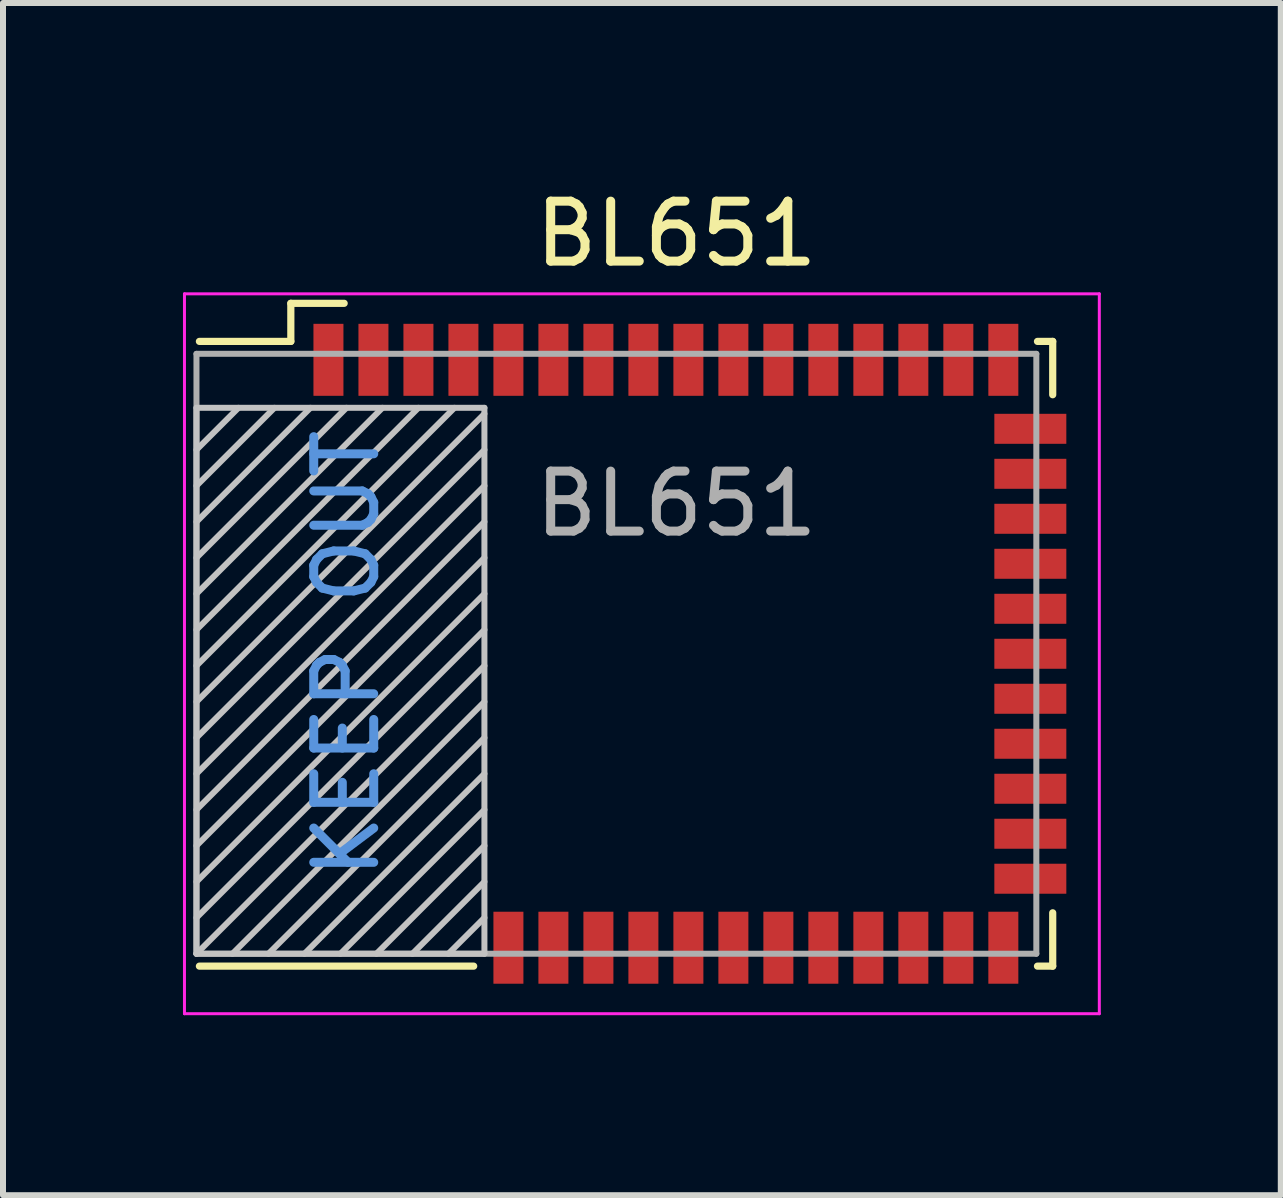
<source format=kicad_pcb>
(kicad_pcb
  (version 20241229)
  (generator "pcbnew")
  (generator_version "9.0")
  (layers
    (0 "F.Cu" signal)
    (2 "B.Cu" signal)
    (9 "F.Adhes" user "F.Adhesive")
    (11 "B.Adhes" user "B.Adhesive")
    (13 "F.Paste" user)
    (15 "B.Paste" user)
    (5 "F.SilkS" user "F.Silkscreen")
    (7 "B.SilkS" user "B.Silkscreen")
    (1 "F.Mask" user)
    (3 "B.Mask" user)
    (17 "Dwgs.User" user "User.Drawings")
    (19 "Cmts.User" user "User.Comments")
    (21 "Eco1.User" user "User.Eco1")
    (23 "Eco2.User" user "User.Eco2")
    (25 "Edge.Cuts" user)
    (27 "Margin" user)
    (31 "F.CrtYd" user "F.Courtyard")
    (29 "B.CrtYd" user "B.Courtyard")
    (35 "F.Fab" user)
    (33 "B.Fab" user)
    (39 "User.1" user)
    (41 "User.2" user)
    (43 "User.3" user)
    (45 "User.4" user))
  (footprint "BL651"
    (layer "F.Cu")
    (at 8.225 7.848)
    (property "Reference" "BL651" (at 0 -7 0) (layer "F.SilkS") (effects (font (size 1 1) (thickness 0.15))))
    (attr smd)
    (fp_line (start -7.951 -5.207) (end -6.427 -5.207) (stroke (width 0.12) (type solid)) (layer "F.SilkS"))
    (fp_line (start -6.427 -5.842) (end -5.538 -5.842) (stroke (width 0.12) (type solid)) (layer "F.SilkS"))
    (fp_line (start -6.427 -5.207) (end -6.427 -5.842) (stroke (width 0.12) (type solid)) (layer "F.SilkS"))
    (fp_line (start -3.379 5.207) (end -7.951 5.207) (stroke (width 0.12) (type solid)) (layer "F.SilkS"))
    (fp_line (start 6.019 -5.207) (end 6.273 -5.207) (stroke (width 0.12) (type solid)) (layer "F.SilkS"))
    (fp_line (start 6.273 -5.207) (end 6.273 -4.318) (stroke (width 0.12) (type solid)) (layer "F.SilkS"))
    (fp_line (start 6.273 5.207) (end 6.019 5.207) (stroke (width 0.12) (type solid)) (layer "F.SilkS"))
    (fp_line (start 6.273 5.207) (end 6.273 4.318) (stroke (width 0.12) (type solid)) (layer "F.SilkS"))
    (fp_line (start -8 -4.1) (end -3.2 -4.1) (stroke (width 0.1) (type solid)) (layer "Dwgs.User"))
    (fp_line (start -8 -3.4) (end -7.3 -4.1) (stroke (width 0.1) (type solid)) (layer "Dwgs.User"))
    (fp_line (start -8 -2.8) (end -6.7 -4.1) (stroke (width 0.1) (type solid)) (layer "Dwgs.User"))
    (fp_line (start -8 -2.2) (end -6.1 -4.1) (stroke (width 0.1) (type solid)) (layer "Dwgs.User"))
    (fp_line (start -8 -1.6) (end -5.5 -4.1) (stroke (width 0.1) (type solid)) (layer "Dwgs.User"))
    (fp_line (start -8 -1) (end -4.9 -4.1) (stroke (width 0.1) (type solid)) (layer "Dwgs.User"))
    (fp_line (start -8 -0.4) (end -4.3 -4.1) (stroke (width 0.1) (type solid)) (layer "Dwgs.User"))
    (fp_line (start -8 0.2) (end -3.7 -4.1) (stroke (width 0.1) (type solid)) (layer "Dwgs.User"))
    (fp_line (start -8 0.8) (end -3.2 -4) (stroke (width 0.1) (type solid)) (layer "Dwgs.User"))
    (fp_line (start -8 1.4) (end -3.2 -3.4) (stroke (width 0.1) (type solid)) (layer "Dwgs.User"))
    (fp_line (start -8 2) (end -3.2 -2.8) (stroke (width 0.1) (type solid)) (layer "Dwgs.User"))
    (fp_line (start -8 2.6) (end -3.2 -2.2) (stroke (width 0.1) (type solid)) (layer "Dwgs.User"))
    (fp_line (start -8 3.2) (end -3.2 -1.6) (stroke (width 0.1) (type solid)) (layer "Dwgs.User"))
    (fp_line (start -8 3.8) (end -3.2 -1) (stroke (width 0.1) (type solid)) (layer "Dwgs.User"))
    (fp_line (start -8 4.4) (end -3.2 -0.4) (stroke (width 0.1) (type solid)) (layer "Dwgs.User"))
    (fp_line (start -8 5) (end -8 -4.1) (stroke (width 0.1) (type solid)) (layer "Dwgs.User"))
    (fp_line (start -8 5) (end -3.2 0.2) (stroke (width 0.1) (type solid)) (layer "Dwgs.User"))
    (fp_line (start -7.4 5) (end -3.2 0.8) (stroke (width 0.1) (type solid)) (layer "Dwgs.User"))
    (fp_line (start -6.8 5) (end -3.2 1.4) (stroke (width 0.1) (type solid)) (layer "Dwgs.User"))
    (fp_line (start -6.2 5) (end -3.2 2) (stroke (width 0.1) (type solid)) (layer "Dwgs.User"))
    (fp_line (start -5.6 5) (end -3.2 2.6) (stroke (width 0.1) (type solid)) (layer "Dwgs.User"))
    (fp_line (start -5 5) (end -3.2 3.2) (stroke (width 0.1) (type solid)) (layer "Dwgs.User"))
    (fp_line (start -4.4 5) (end -3.2 3.8) (stroke (width 0.1) (type solid)) (layer "Dwgs.User"))
    (fp_line (start -3.8 5) (end -3.2 4.4) (stroke (width 0.1) (type solid)) (layer "Dwgs.User"))
    (fp_line (start -3.2 -4.1) (end -3.2 5) (stroke (width 0.1) (type solid)) (layer "Dwgs.User"))
    (fp_line (start -3.2 5) (end -8 5) (stroke (width 0.1) (type solid)) (layer "Dwgs.User"))
    (fp_line (start -8.2 -6) (end 7.05 -6) (stroke (width 0.05) (type solid)) (layer "F.CrtYd"))
    (fp_line (start -8.2 6) (end -8.2 -6) (stroke (width 0.05) (type solid)) (layer "F.CrtYd"))
    (fp_line (start 7.05 -6) (end 7.05 6) (stroke (width 0.05) (type solid)) (layer "F.CrtYd"))
    (fp_line (start 7.05 6) (end -8.2 6) (stroke (width 0.05) (type solid)) (layer "F.CrtYd"))
    (fp_line (start -8 -5) (end -8 5) (stroke (width 0.1) (type solid)) (layer "F.Fab"))
    (fp_line (start -8 -5) (end 6 -5) (stroke (width 0.1) (type solid)) (layer "F.Fab"))
    (fp_line (start 6 -5) (end 6 5) (stroke (width 0.1) (type solid)) (layer "F.Fab"))
    (fp_line (start 6 5) (end -8 5) (stroke (width 0.1) (type solid)) (layer "F.Fab"))
    (fp_text user "KEEP OUT" (at -5.5 0 90) (layer "Cmts.User") (effects (font (size 1 1) (thickness 0.15))))
    (fp_text user "${REFERENCE}" (at 0 -2.5 0) (layer "F.Fab") (effects (font (size 1 1) (thickness 0.15))))
    (pad "1" smd rect (at -5.8 -4.9 90) (size 1.2 0.5) (layers "F.Cu" "F.Mask" "F.Paste"))
    (pad "2" smd rect (at -5.05 -4.9 90) (size 1.2 0.5) (layers "F.Cu" "F.Mask" "F.Paste"))
    (pad "3" smd rect (at -4.3 -4.9 90) (size 1.2 0.5) (layers "F.Cu" "F.Mask" "F.Paste"))
    (pad "4" smd rect (at -3.55 -4.9 90) (size 1.2 0.5) (layers "F.Cu" "F.Mask" "F.Paste"))
    (pad "5" smd rect (at -2.8 -4.9 90) (size 1.2 0.5) (layers "F.Cu" "F.Mask" "F.Paste"))
    (pad "6" smd rect (at -2.05 -4.9 90) (size 1.2 0.5) (layers "F.Cu" "F.Mask" "F.Paste"))
    (pad "7" smd rect (at -1.3 -4.9 90) (size 1.2 0.5) (layers "F.Cu" "F.Mask" "F.Paste"))
    (pad "8" smd rect (at -0.55 -4.9 90) (size 1.2 0.5) (layers "F.Cu" "F.Mask" "F.Paste"))
    (pad "9" smd rect (at 0.2 -4.9 90) (size 1.2 0.5) (layers "F.Cu" "F.Mask" "F.Paste"))
    (pad "10" smd rect (at 0.95 -4.9 90) (size 1.2 0.5) (layers "F.Cu" "F.Mask" "F.Paste"))
    (pad "11" smd rect (at 1.7 -4.9 90) (size 1.2 0.5) (layers "F.Cu" "F.Mask" "F.Paste"))
    (pad "12" smd rect (at 2.45 -4.9 90) (size 1.2 0.5) (layers "F.Cu" "F.Mask" "F.Paste"))
    (pad "13" smd rect (at 3.2 -4.9 90) (size 1.2 0.5) (layers "F.Cu" "F.Mask" "F.Paste"))
    (pad "14" smd rect (at 3.95 -4.9 90) (size 1.2 0.5) (layers "F.Cu" "F.Mask" "F.Paste"))
    (pad "15" smd rect (at 4.7 -4.9 90) (size 1.2 0.5) (layers "F.Cu" "F.Mask" "F.Paste"))
    (pad "16" smd rect (at 5.45 -4.9 90) (size 1.2 0.5) (layers "F.Cu" "F.Mask" "F.Paste"))
    (pad "17" smd rect (at 5.9 -3.75) (size 1.2 0.5) (layers "F.Cu" "F.Mask" "F.Paste"))
    (pad "18" smd rect (at 5.9 -3) (size 1.2 0.5) (layers "F.Cu" "F.Mask" "F.Paste"))
    (pad "19" smd rect (at 5.9 -2.25) (size 1.2 0.5) (layers "F.Cu" "F.Mask" "F.Paste"))
    (pad "20" smd rect (at 5.9 -1.5) (size 1.2 0.5) (layers "F.Cu" "F.Mask" "F.Paste"))
    (pad "21" smd rect (at 5.9 -0.75) (size 1.2 0.5) (layers "F.Cu" "F.Mask" "F.Paste"))
    (pad "22" smd rect (at 5.9 0) (size 1.2 0.5) (layers "F.Cu" "F.Mask" "F.Paste"))
    (pad "23" smd rect (at 5.9 0.75) (size 1.2 0.5) (layers "F.Cu" "F.Mask" "F.Paste"))
    (pad "24" smd rect (at 5.9 1.5) (size 1.2 0.5) (layers "F.Cu" "F.Mask" "F.Paste"))
    (pad "25" smd rect (at 5.9 2.25) (size 1.2 0.5) (layers "F.Cu" "F.Mask" "F.Paste"))
    (pad "26" smd rect (at 5.9 3) (size 1.2 0.5) (layers "F.Cu" "F.Mask" "F.Paste"))
    (pad "27" smd rect (at 5.9 3.75) (size 1.2 0.5) (layers "F.Cu" "F.Mask" "F.Paste"))
    (pad "28" smd rect (at 5.45 4.9 90) (size 1.2 0.5) (layers "F.Cu" "F.Mask" "F.Paste"))
    (pad "29" smd rect (at 4.7 4.9 90) (size 1.2 0.5) (layers "F.Cu" "F.Mask" "F.Paste"))
    (pad "30" smd rect (at 3.95 4.9 90) (size 1.2 0.5) (layers "F.Cu" "F.Mask" "F.Paste"))
    (pad "31" smd rect (at 3.2 4.9 90) (size 1.2 0.5) (layers "F.Cu" "F.Mask" "F.Paste"))
    (pad "32" smd rect (at 2.45 4.9 90) (size 1.2 0.5) (layers "F.Cu" "F.Mask" "F.Paste"))
    (pad "33" smd rect (at 1.7 4.9 90) (size 1.2 0.5) (layers "F.Cu" "F.Mask" "F.Paste"))
    (pad "34" smd rect (at 0.95 4.9 90) (size 1.2 0.5) (layers "F.Cu" "F.Mask" "F.Paste"))
    (pad "35" smd rect (at 0.2 4.9 90) (size 1.2 0.5) (layers "F.Cu" "F.Mask" "F.Paste"))
    (pad "36" smd rect (at -0.55 4.9 90) (size 1.2 0.5) (layers "F.Cu" "F.Mask" "F.Paste"))
    (pad "37" smd rect (at -1.3 4.9 90) (size 1.2 0.5) (layers "F.Cu" "F.Mask" "F.Paste"))
    (pad "38" smd rect (at -2.05 4.9 90) (size 1.2 0.5) (layers "F.Cu" "F.Mask" "F.Paste"))
    (pad "39" smd rect (at -2.8 4.9 90) (size 1.2 0.5) (layers "F.Cu" "F.Mask" "F.Paste")))
  (gr_rect
    (start -3 -3)
    (end 18.3 16.873)
    (stroke (width 0.1) (type default))
    (fill no)
    (layer "Edge.Cuts")))
</source>
